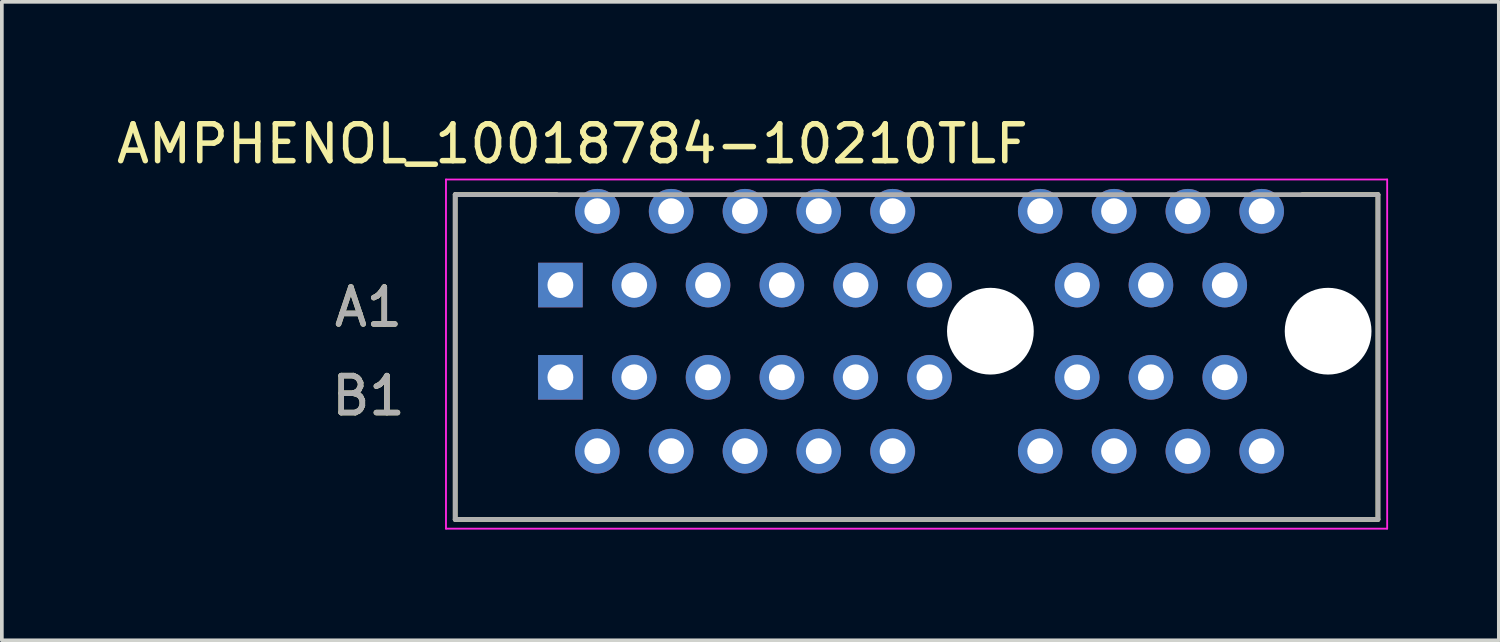
<source format=kicad_pcb>
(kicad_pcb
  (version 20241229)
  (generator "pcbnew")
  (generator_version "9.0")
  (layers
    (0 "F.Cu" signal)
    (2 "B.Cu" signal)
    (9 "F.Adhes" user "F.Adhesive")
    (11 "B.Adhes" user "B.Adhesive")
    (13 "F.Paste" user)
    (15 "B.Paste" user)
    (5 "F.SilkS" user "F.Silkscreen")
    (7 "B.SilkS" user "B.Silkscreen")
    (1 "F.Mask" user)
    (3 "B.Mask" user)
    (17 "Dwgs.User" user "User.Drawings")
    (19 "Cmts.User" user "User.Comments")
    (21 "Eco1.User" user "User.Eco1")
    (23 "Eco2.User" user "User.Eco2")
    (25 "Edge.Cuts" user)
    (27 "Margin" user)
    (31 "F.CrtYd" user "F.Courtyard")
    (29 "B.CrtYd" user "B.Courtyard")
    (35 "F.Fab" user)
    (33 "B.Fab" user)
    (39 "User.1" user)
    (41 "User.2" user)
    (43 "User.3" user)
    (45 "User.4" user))
  (footprint "AMPHENOL_10018784-10210TLF"
    (layer "F.Cu")
    (at 23.783 5.923)
    (property "Reference" "AMPHENOL_10018784-10210TLF" (at -11.325 -5.075 0) (layer "F.SilkS") (effects (font (size 1 1) (thickness 0.15))))
    (attr through_hole)
    (fp_line (start -14.5 -3.7) (end -11.75 -3.7) (stroke (width 0.127) (type solid)) (layer "F.SilkS"))
    (fp_line (start -14.5 5.1) (end -14.5 -3.7) (stroke (width 0.127) (type solid)) (layer "F.SilkS"))
    (fp_line (start 10.5 -3.7) (end 8.45 -3.7) (stroke (width 0.127) (type solid)) (layer "F.SilkS"))
    (fp_line (start 10.5 -3.7) (end 10.5 5.1) (stroke (width 0.127) (type solid)) (layer "F.SilkS"))
    (fp_line (start 10.5 5.1) (end -14.5 5.1) (stroke (width 0.127) (type solid)) (layer "F.SilkS"))
    (fp_line (start -14.75 -4.11) (end 10.75 -4.11) (stroke (width 0.05) (type solid)) (layer "F.CrtYd"))
    (fp_line (start -14.75 5.35) (end -14.75 -4.11) (stroke (width 0.05) (type solid)) (layer "F.CrtYd"))
    (fp_line (start 10.75 -4.11) (end 10.75 5.35) (stroke (width 0.05) (type solid)) (layer "F.CrtYd"))
    (fp_line (start 10.75 5.35) (end -14.75 5.35) (stroke (width 0.05) (type solid)) (layer "F.CrtYd"))
    (fp_line (start -14.5 -3.7) (end 10.5 -3.7) (stroke (width 0.127) (type solid)) (layer "F.Fab"))
    (fp_line (start -14.5 5.1) (end -14.5 -3.7) (stroke (width 0.127) (type solid)) (layer "F.Fab"))
    (fp_line (start 10.5 -3.7) (end 10.5 5.1) (stroke (width 0.127) (type solid)) (layer "F.Fab"))
    (fp_line (start 10.5 5.1) (end -14.5 5.1) (stroke (width 0.127) (type solid)) (layer "F.Fab"))
    (fp_text user "B1" (at -16.85 1.75 0) (layer "F.SilkS") (effects (font (size 1 1) (thickness 0.15))))
    (fp_text user "A1" (at -16.85 -0.65 0) (layer "F.SilkS") (effects (font (size 1 1) (thickness 0.15))))
    (fp_text user "B1" (at -16.85 1.75 0) (layer "F.Fab") (effects (font (size 1 1) (thickness 0.15))))
    (fp_text user "A1" (at -16.85 -0.65 0) (layer "F.Fab") (effects (font (size 1 1) (thickness 0.15))))
    (pad "" np_thru_hole circle (at 0 0) (size 2.35 2.35) (drill 2.35) (layers "*.Cu" "*.Mask"))
    (pad "" np_thru_hole circle (at 9.15 0) (size 2.35 2.35) (drill 2.35) (layers "*.Cu" "*.Mask"))
    (pad "A1" thru_hole rect (at -11.65 -1.25) (size 1.208 1.208) (drill 0.7) (layers "*.Cu" "*.Mask"))
    (pad "A2" thru_hole circle (at -10.65 -3.25) (size 1.208 1.208) (drill 0.7) (layers "*.Cu" "*.Mask"))
    (pad "A3" thru_hole circle (at -9.65 -1.25) (size 1.208 1.208) (drill 0.7) (layers "*.Cu" "*.Mask"))
    (pad "A4" thru_hole circle (at -8.65 -3.25) (size 1.208 1.208) (drill 0.7) (layers "*.Cu" "*.Mask"))
    (pad "A5" thru_hole circle (at -7.65 -1.25) (size 1.208 1.208) (drill 0.7) (layers "*.Cu" "*.Mask"))
    (pad "A6" thru_hole circle (at -6.65 -3.25) (size 1.208 1.208) (drill 0.7) (layers "*.Cu" "*.Mask"))
    (pad "A7" thru_hole circle (at -5.65 -1.25) (size 1.208 1.208) (drill 0.7) (layers "*.Cu" "*.Mask"))
    (pad "A8" thru_hole circle (at -4.65 -3.25) (size 1.208 1.208) (drill 0.7) (layers "*.Cu" "*.Mask"))
    (pad "A9" thru_hole circle (at -3.65 -1.25) (size 1.208 1.208) (drill 0.7) (layers "*.Cu" "*.Mask"))
    (pad "A10" thru_hole circle (at -2.65 -3.25) (size 1.208 1.208) (drill 0.7) (layers "*.Cu" "*.Mask"))
    (pad "A11" thru_hole circle (at -1.65 -1.25) (size 1.208 1.208) (drill 0.7) (layers "*.Cu" "*.Mask"))
    (pad "A12" thru_hole circle (at 1.35 -3.25) (size 1.208 1.208) (drill 0.7) (layers "*.Cu" "*.Mask"))
    (pad "A13" thru_hole circle (at 2.35 -1.25) (size 1.208 1.208) (drill 0.7) (layers "*.Cu" "*.Mask"))
    (pad "A14" thru_hole circle (at 3.35 -3.25) (size 1.208 1.208) (drill 0.7) (layers "*.Cu" "*.Mask"))
    (pad "A15" thru_hole circle (at 4.35 -1.25) (size 1.208 1.208) (drill 0.7) (layers "*.Cu" "*.Mask"))
    (pad "A16" thru_hole circle (at 5.35 -3.25) (size 1.208 1.208) (drill 0.7) (layers "*.Cu" "*.Mask"))
    (pad "A17" thru_hole circle (at 6.35 -1.25) (size 1.208 1.208) (drill 0.7) (layers "*.Cu" "*.Mask"))
    (pad "A18" thru_hole circle (at 7.35 -3.25) (size 1.208 1.208) (drill 0.7) (layers "*.Cu" "*.Mask"))
    (pad "B1" thru_hole rect (at -11.65 1.25) (size 1.208 1.208) (drill 0.7) (layers "*.Cu" "*.Mask"))
    (pad "B2" thru_hole circle (at -10.65 3.25) (size 1.208 1.208) (drill 0.7) (layers "*.Cu" "*.Mask"))
    (pad "B3" thru_hole circle (at -9.65 1.25) (size 1.208 1.208) (drill 0.7) (layers "*.Cu" "*.Mask"))
    (pad "B4" thru_hole circle (at -8.65 3.25) (size 1.208 1.208) (drill 0.7) (layers "*.Cu" "*.Mask"))
    (pad "B5" thru_hole circle (at -7.65 1.25) (size 1.208 1.208) (drill 0.7) (layers "*.Cu" "*.Mask"))
    (pad "B6" thru_hole circle (at -6.65 3.25) (size 1.208 1.208) (drill 0.7) (layers "*.Cu" "*.Mask"))
    (pad "B7" thru_hole circle (at -5.65 1.25) (size 1.208 1.208) (drill 0.7) (layers "*.Cu" "*.Mask"))
    (pad "B8" thru_hole circle (at -4.65 3.25) (size 1.208 1.208) (drill 0.7) (layers "*.Cu" "*.Mask"))
    (pad "B9" thru_hole circle (at -3.65 1.25) (size 1.208 1.208) (drill 0.7) (layers "*.Cu" "*.Mask"))
    (pad "B10" thru_hole circle (at -2.65 3.25) (size 1.208 1.208) (drill 0.7) (layers "*.Cu" "*.Mask"))
    (pad "B11" thru_hole circle (at -1.65 1.25) (size 1.208 1.208) (drill 0.7) (layers "*.Cu" "*.Mask"))
    (pad "B12" thru_hole circle (at 1.35 3.25) (size 1.208 1.208) (drill 0.7) (layers "*.Cu" "*.Mask"))
    (pad "B13" thru_hole circle (at 2.35 1.25) (size 1.208 1.208) (drill 0.7) (layers "*.Cu" "*.Mask"))
    (pad "B14" thru_hole circle (at 3.35 3.25) (size 1.208 1.208) (drill 0.7) (layers "*.Cu" "*.Mask"))
    (pad "B15" thru_hole circle (at 4.35 1.25) (size 1.208 1.208) (drill 0.7) (layers "*.Cu" "*.Mask"))
    (pad "B16" thru_hole circle (at 5.35 3.25) (size 1.208 1.208) (drill 0.7) (layers "*.Cu" "*.Mask"))
    (pad "B17" thru_hole circle (at 6.35 1.25) (size 1.208 1.208) (drill 0.7) (layers "*.Cu" "*.Mask"))
    (pad "B18" thru_hole circle (at 7.35 3.25) (size 1.208 1.208) (drill 0.7) (layers "*.Cu" "*.Mask")))
  (gr_rect
    (start -3 -3)
    (end 37.558 14.298)
    (stroke (width 0.1) (type default))
    (fill no)
    (layer "Edge.Cuts")))
</source>
